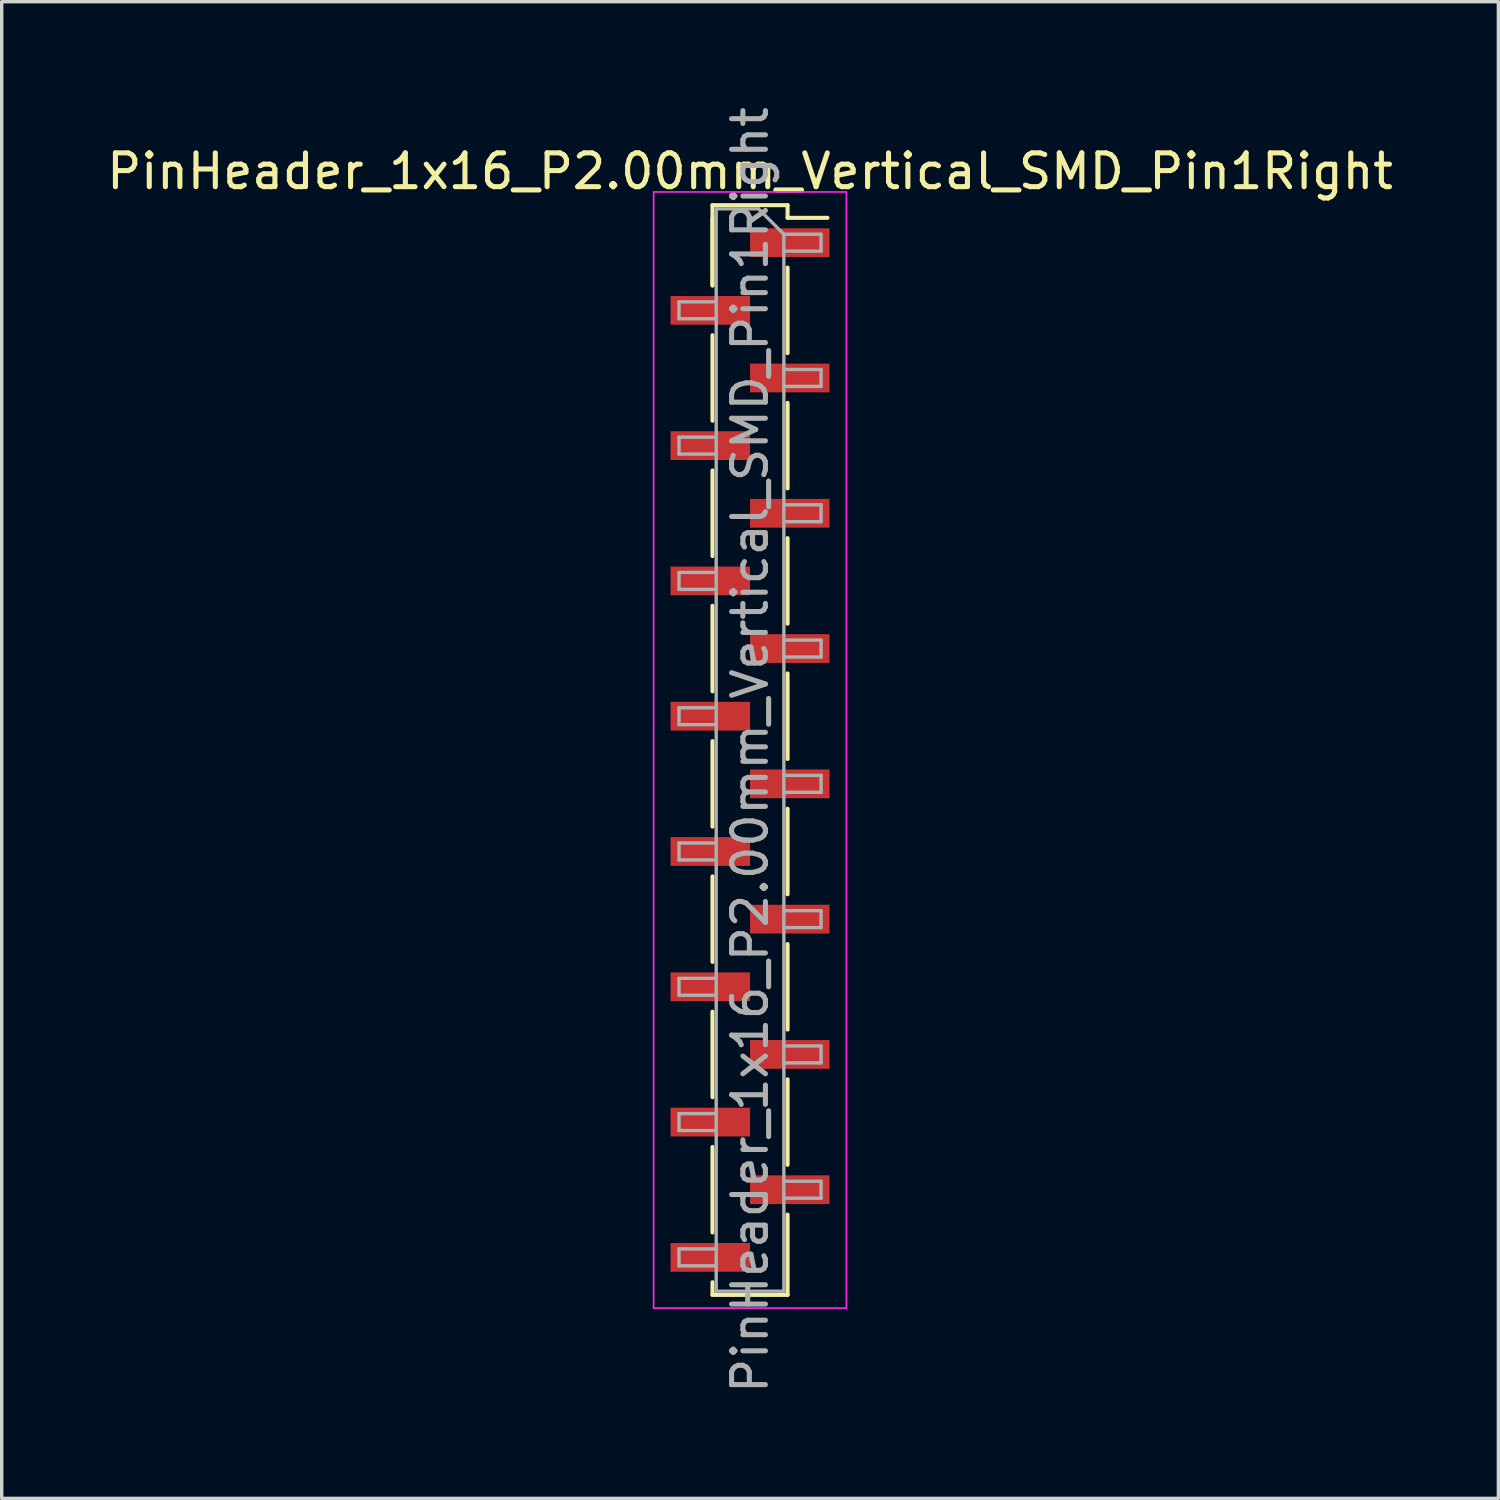
<source format=kicad_pcb>
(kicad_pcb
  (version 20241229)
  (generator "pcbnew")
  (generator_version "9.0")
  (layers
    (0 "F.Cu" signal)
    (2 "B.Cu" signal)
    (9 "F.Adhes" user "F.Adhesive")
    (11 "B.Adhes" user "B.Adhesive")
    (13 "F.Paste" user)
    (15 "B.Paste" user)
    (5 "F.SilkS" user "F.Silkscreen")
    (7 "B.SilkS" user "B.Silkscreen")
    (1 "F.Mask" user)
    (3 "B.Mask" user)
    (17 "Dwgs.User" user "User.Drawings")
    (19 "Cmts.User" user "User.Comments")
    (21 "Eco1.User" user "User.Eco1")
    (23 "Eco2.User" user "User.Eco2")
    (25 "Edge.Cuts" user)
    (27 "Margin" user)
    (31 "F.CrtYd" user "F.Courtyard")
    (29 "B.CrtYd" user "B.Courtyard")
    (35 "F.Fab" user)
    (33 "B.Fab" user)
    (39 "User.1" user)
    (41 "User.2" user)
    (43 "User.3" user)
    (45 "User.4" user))
  (footprint "PinHeader_1x16_P2.00mm_Vertical_SMD_Pin1Right"
    (layer "F.Cu")
    (at 19.125 19.125)
    (property "Reference" "PinHeader_1x16_P2.00mm_Vertical_SMD_Pin1Right" (at 0 -17.11 0) (layer "F.SilkS") (effects (font (size 1 1) (thickness 0.15))))
    (attr smd)
    (fp_line (start -1.11 -16.11) (end -1.11 -13.735) (stroke (width 0.12) (type solid)) (layer "F.SilkS"))
    (fp_line (start -1.11 -16.11) (end 1.11 -16.11) (stroke (width 0.12) (type solid)) (layer "F.SilkS"))
    (fp_line (start -1.11 -15.735) (end -1.11 -13.735) (stroke (width 0.12) (type solid)) (layer "F.SilkS"))
    (fp_line (start -1.11 -12.265) (end -1.11 -9.735) (stroke (width 0.12) (type solid)) (layer "F.SilkS"))
    (fp_line (start -1.11 -8.265) (end -1.11 -5.735) (stroke (width 0.12) (type solid)) (layer "F.SilkS"))
    (fp_line (start -1.11 -4.265) (end -1.11 -1.735) (stroke (width 0.12) (type solid)) (layer "F.SilkS"))
    (fp_line (start -1.11 -0.265) (end -1.11 2.265) (stroke (width 0.12) (type solid)) (layer "F.SilkS"))
    (fp_line (start -1.11 3.735) (end -1.11 6.265) (stroke (width 0.12) (type solid)) (layer "F.SilkS"))
    (fp_line (start -1.11 7.735) (end -1.11 10.265) (stroke (width 0.12) (type solid)) (layer "F.SilkS"))
    (fp_line (start -1.11 11.735) (end -1.11 14.265) (stroke (width 0.12) (type solid)) (layer "F.SilkS"))
    (fp_line (start -1.11 15.735) (end -1.11 16.11) (stroke (width 0.12) (type solid)) (layer "F.SilkS"))
    (fp_line (start -1.11 16.11) (end 1.11 16.11) (stroke (width 0.12) (type solid)) (layer "F.SilkS"))
    (fp_line (start 1.11 -16.11) (end 1.11 -15.735) (stroke (width 0.12) (type solid)) (layer "F.SilkS"))
    (fp_line (start 1.11 -15.735) (end 2.29 -15.735) (stroke (width 0.12) (type solid)) (layer "F.SilkS"))
    (fp_line (start 1.11 -14.265) (end 1.11 -11.735) (stroke (width 0.12) (type solid)) (layer "F.SilkS"))
    (fp_line (start 1.11 -10.265) (end 1.11 -7.735) (stroke (width 0.12) (type solid)) (layer "F.SilkS"))
    (fp_line (start 1.11 -6.265) (end 1.11 -3.735) (stroke (width 0.12) (type solid)) (layer "F.SilkS"))
    (fp_line (start 1.11 -2.265) (end 1.11 0.265) (stroke (width 0.12) (type solid)) (layer "F.SilkS"))
    (fp_line (start 1.11 1.735) (end 1.11 4.265) (stroke (width 0.12) (type solid)) (layer "F.SilkS"))
    (fp_line (start 1.11 5.735) (end 1.11 8.265) (stroke (width 0.12) (type solid)) (layer "F.SilkS"))
    (fp_line (start 1.11 9.735) (end 1.11 12.265) (stroke (width 0.12) (type solid)) (layer "F.SilkS"))
    (fp_line (start 1.11 13.735) (end 1.11 16.11) (stroke (width 0.12) (type solid)) (layer "F.SilkS"))
    (fp_line (start -2.85 -16.5) (end -2.85 16.5) (stroke (width 0.05) (type solid)) (layer "F.CrtYd"))
    (fp_line (start -2.85 16.5) (end 2.85 16.5) (stroke (width 0.05) (type solid)) (layer "F.CrtYd"))
    (fp_line (start 2.85 -16.5) (end -2.85 -16.5) (stroke (width 0.05) (type solid)) (layer "F.CrtYd"))
    (fp_line (start 2.85 16.5) (end 2.85 -16.5) (stroke (width 0.05) (type solid)) (layer "F.CrtYd"))
    (fp_line (start -2.1 -13.25) (end -2.1 -12.75) (stroke (width 0.1) (type solid)) (layer "F.Fab"))
    (fp_line (start -2.1 -12.75) (end -1 -12.75) (stroke (width 0.1) (type solid)) (layer "F.Fab"))
    (fp_line (start -2.1 -9.25) (end -2.1 -8.75) (stroke (width 0.1) (type solid)) (layer "F.Fab"))
    (fp_line (start -2.1 -8.75) (end -1 -8.75) (stroke (width 0.1) (type solid)) (layer "F.Fab"))
    (fp_line (start -2.1 -5.25) (end -2.1 -4.75) (stroke (width 0.1) (type solid)) (layer "F.Fab"))
    (fp_line (start -2.1 -4.75) (end -1 -4.75) (stroke (width 0.1) (type solid)) (layer "F.Fab"))
    (fp_line (start -2.1 -1.25) (end -2.1 -0.75) (stroke (width 0.1) (type solid)) (layer "F.Fab"))
    (fp_line (start -2.1 -0.75) (end -1 -0.75) (stroke (width 0.1) (type solid)) (layer "F.Fab"))
    (fp_line (start -2.1 2.75) (end -2.1 3.25) (stroke (width 0.1) (type solid)) (layer "F.Fab"))
    (fp_line (start -2.1 3.25) (end -1 3.25) (stroke (width 0.1) (type solid)) (layer "F.Fab"))
    (fp_line (start -2.1 6.75) (end -2.1 7.25) (stroke (width 0.1) (type solid)) (layer "F.Fab"))
    (fp_line (start -2.1 7.25) (end -1 7.25) (stroke (width 0.1) (type solid)) (layer "F.Fab"))
    (fp_line (start -2.1 10.75) (end -2.1 11.25) (stroke (width 0.1) (type solid)) (layer "F.Fab"))
    (fp_line (start -2.1 11.25) (end -1 11.25) (stroke (width 0.1) (type solid)) (layer "F.Fab"))
    (fp_line (start -2.1 14.75) (end -2.1 15.25) (stroke (width 0.1) (type solid)) (layer "F.Fab"))
    (fp_line (start -2.1 15.25) (end -1 15.25) (stroke (width 0.1) (type solid)) (layer "F.Fab"))
    (fp_line (start -1 -16) (end -1 16) (stroke (width 0.1) (type solid)) (layer "F.Fab"))
    (fp_line (start -1 -16) (end 0.25 -16) (stroke (width 0.1) (type solid)) (layer "F.Fab"))
    (fp_line (start -1 -13.25) (end -2.1 -13.25) (stroke (width 0.1) (type solid)) (layer "F.Fab"))
    (fp_line (start -1 -9.25) (end -2.1 -9.25) (stroke (width 0.1) (type solid)) (layer "F.Fab"))
    (fp_line (start -1 -5.25) (end -2.1 -5.25) (stroke (width 0.1) (type solid)) (layer "F.Fab"))
    (fp_line (start -1 -1.25) (end -2.1 -1.25) (stroke (width 0.1) (type solid)) (layer "F.Fab"))
    (fp_line (start -1 2.75) (end -2.1 2.75) (stroke (width 0.1) (type solid)) (layer "F.Fab"))
    (fp_line (start -1 6.75) (end -2.1 6.75) (stroke (width 0.1) (type solid)) (layer "F.Fab"))
    (fp_line (start -1 10.75) (end -2.1 10.75) (stroke (width 0.1) (type solid)) (layer "F.Fab"))
    (fp_line (start -1 14.75) (end -2.1 14.75) (stroke (width 0.1) (type solid)) (layer "F.Fab"))
    (fp_line (start 1 -15.25) (end 0.25 -16) (stroke (width 0.1) (type solid)) (layer "F.Fab"))
    (fp_line (start 1 -15.25) (end 2.1 -15.25) (stroke (width 0.1) (type solid)) (layer "F.Fab"))
    (fp_line (start 1 -11.25) (end 2.1 -11.25) (stroke (width 0.1) (type solid)) (layer "F.Fab"))
    (fp_line (start 1 -7.25) (end 2.1 -7.25) (stroke (width 0.1) (type solid)) (layer "F.Fab"))
    (fp_line (start 1 -3.25) (end 2.1 -3.25) (stroke (width 0.1) (type solid)) (layer "F.Fab"))
    (fp_line (start 1 0.75) (end 2.1 0.75) (stroke (width 0.1) (type solid)) (layer "F.Fab"))
    (fp_line (start 1 4.75) (end 2.1 4.75) (stroke (width 0.1) (type solid)) (layer "F.Fab"))
    (fp_line (start 1 8.75) (end 2.1 8.75) (stroke (width 0.1) (type solid)) (layer "F.Fab"))
    (fp_line (start 1 12.75) (end 2.1 12.75) (stroke (width 0.1) (type solid)) (layer "F.Fab"))
    (fp_line (start 1 16) (end -1 16) (stroke (width 0.1) (type solid)) (layer "F.Fab"))
    (fp_line (start 1 16) (end 1 -15.25) (stroke (width 0.1) (type solid)) (layer "F.Fab"))
    (fp_line (start 2.1 -15.25) (end 2.1 -14.75) (stroke (width 0.1) (type solid)) (layer "F.Fab"))
    (fp_line (start 2.1 -14.75) (end 1 -14.75) (stroke (width 0.1) (type solid)) (layer "F.Fab"))
    (fp_line (start 2.1 -11.25) (end 2.1 -10.75) (stroke (width 0.1) (type solid)) (layer "F.Fab"))
    (fp_line (start 2.1 -10.75) (end 1 -10.75) (stroke (width 0.1) (type solid)) (layer "F.Fab"))
    (fp_line (start 2.1 -7.25) (end 2.1 -6.75) (stroke (width 0.1) (type solid)) (layer "F.Fab"))
    (fp_line (start 2.1 -6.75) (end 1 -6.75) (stroke (width 0.1) (type solid)) (layer "F.Fab"))
    (fp_line (start 2.1 -3.25) (end 2.1 -2.75) (stroke (width 0.1) (type solid)) (layer "F.Fab"))
    (fp_line (start 2.1 -2.75) (end 1 -2.75) (stroke (width 0.1) (type solid)) (layer "F.Fab"))
    (fp_line (start 2.1 0.75) (end 2.1 1.25) (stroke (width 0.1) (type solid)) (layer "F.Fab"))
    (fp_line (start 2.1 1.25) (end 1 1.25) (stroke (width 0.1) (type solid)) (layer "F.Fab"))
    (fp_line (start 2.1 4.75) (end 2.1 5.25) (stroke (width 0.1) (type solid)) (layer "F.Fab"))
    (fp_line (start 2.1 5.25) (end 1 5.25) (stroke (width 0.1) (type solid)) (layer "F.Fab"))
    (fp_line (start 2.1 8.75) (end 2.1 9.25) (stroke (width 0.1) (type solid)) (layer "F.Fab"))
    (fp_line (start 2.1 9.25) (end 1 9.25) (stroke (width 0.1) (type solid)) (layer "F.Fab"))
    (fp_line (start 2.1 12.75) (end 2.1 13.25) (stroke (width 0.1) (type solid)) (layer "F.Fab"))
    (fp_line (start 2.1 13.25) (end 1 13.25) (stroke (width 0.1) (type solid)) (layer "F.Fab"))
    (fp_text user "${REFERENCE}" (at 0 0 90) (layer "F.Fab") (effects (font (size 1 1) (thickness 0.15))))
    (pad "1" smd rect (at 1.175 -15) (size 2.35 0.85) (layers "F.Cu" "F.Mask" "F.Paste"))
    (pad "2" smd rect (at -1.175 -13) (size 2.35 0.85) (layers "F.Cu" "F.Mask" "F.Paste"))
    (pad "3" smd rect (at 1.175 -11) (size 2.35 0.85) (layers "F.Cu" "F.Mask" "F.Paste"))
    (pad "4" smd rect (at -1.175 -9) (size 2.35 0.85) (layers "F.Cu" "F.Mask" "F.Paste"))
    (pad "5" smd rect (at 1.175 -7) (size 2.35 0.85) (layers "F.Cu" "F.Mask" "F.Paste"))
    (pad "6" smd rect (at -1.175 -5) (size 2.35 0.85) (layers "F.Cu" "F.Mask" "F.Paste"))
    (pad "7" smd rect (at 1.175 -3) (size 2.35 0.85) (layers "F.Cu" "F.Mask" "F.Paste"))
    (pad "8" smd rect (at -1.175 -1) (size 2.35 0.85) (layers "F.Cu" "F.Mask" "F.Paste"))
    (pad "9" smd rect (at 1.175 1) (size 2.35 0.85) (layers "F.Cu" "F.Mask" "F.Paste"))
    (pad "10" smd rect (at -1.175 3) (size 2.35 0.85) (layers "F.Cu" "F.Mask" "F.Paste"))
    (pad "11" smd rect (at 1.175 5) (size 2.35 0.85) (layers "F.Cu" "F.Mask" "F.Paste"))
    (pad "12" smd rect (at -1.175 7) (size 2.35 0.85) (layers "F.Cu" "F.Mask" "F.Paste"))
    (pad "13" smd rect (at 1.175 9) (size 2.35 0.85) (layers "F.Cu" "F.Mask" "F.Paste"))
    (pad "14" smd rect (at -1.175 11) (size 2.35 0.85) (layers "F.Cu" "F.Mask" "F.Paste"))
    (pad "15" smd rect (at 1.175 13) (size 2.35 0.85) (layers "F.Cu" "F.Mask" "F.Paste"))
    (pad "16" smd rect (at -1.175 15) (size 2.35 0.85) (layers "F.Cu" "F.Mask" "F.Paste")))
  (gr_rect
    (start -3 -3)
    (end 41.25 41.25)
    (stroke (width 0.1) (type default))
    (fill no)
    (layer "Edge.Cuts")))
</source>
